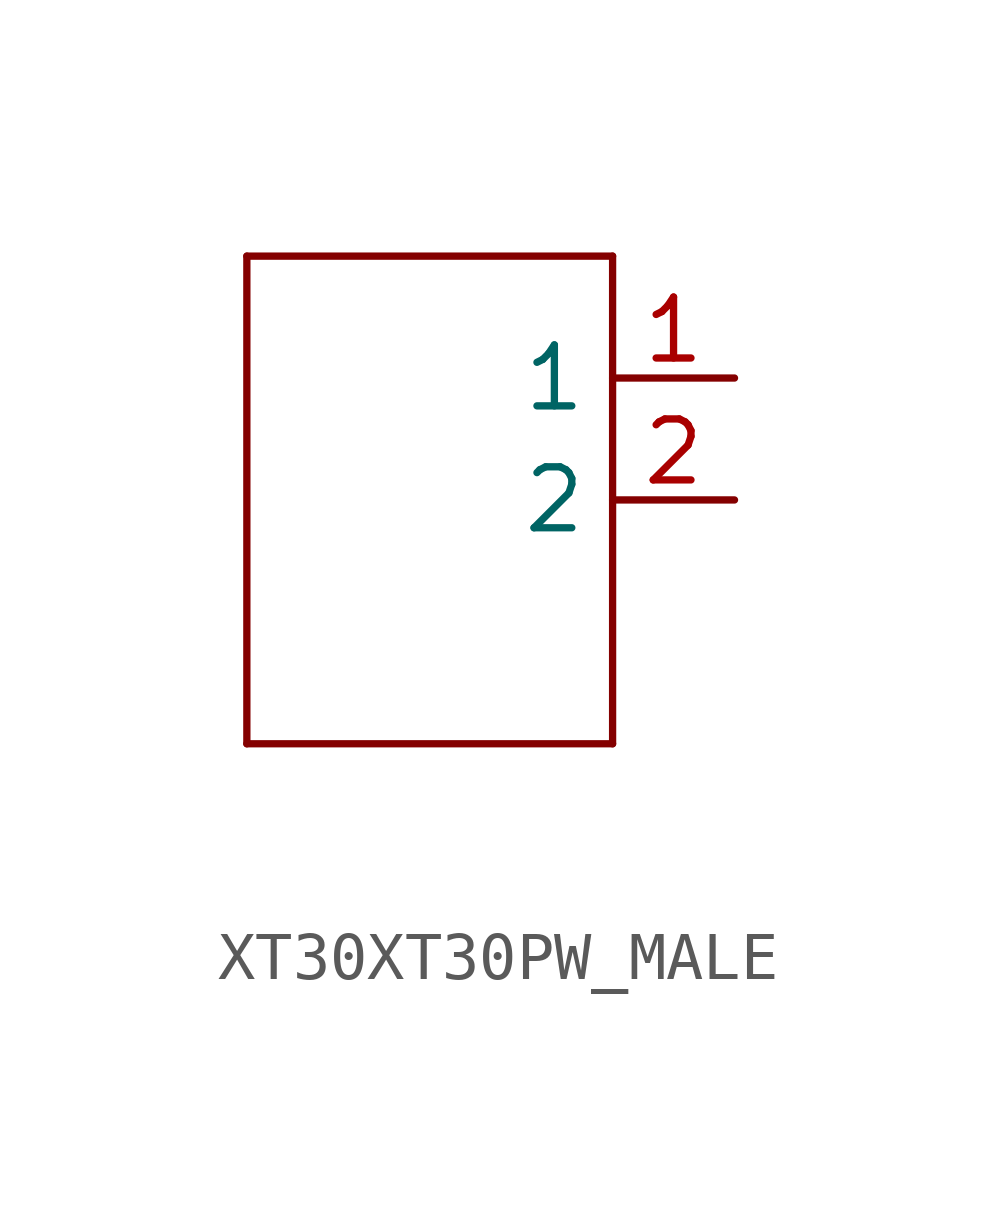
<source format=kicad_sym>
(kicad_symbol_lib
  (version 20231120)
  (generator "kicad_symbol_editor")
  (generator_version "8.0")
  (symbol "XT30XT30PW_MALE"
    (property "Reference" ""
      (at -5.08 5.842 0)
      (effects (font (size 1.778 1.511)) (justify left bottom) (hide yes)))
    (property "Value" ""
      (at -5.08 -7.366 0)
      (effects (font (size 1.778 1.511)) (justify left bottom)))
    (property "ki_locked" ""
      (at 0 0 0)
      (effects (font (size 1.27 1.27))))
    (symbol "XT30XT30PW_MALE_1_0"
      (polyline (pts (xy -5.08 -5.08) (xy 2.54 -5.08)) (stroke (width 0.152) (type solid)) (fill (type none)))
      (polyline (pts (xy -5.08 5.08) (xy -5.08 -5.08)) (stroke (width 0.152) (type solid)) (fill (type none)))
      (polyline (pts (xy 2.54 -5.08) (xy 2.54 5.08)) (stroke (width 0.152) (type solid)) (fill (type none)))
      (polyline (pts (xy 2.54 5.08) (xy -5.08 5.08)) (stroke (width 0.152) (type solid)) (fill (type none)))
      (pin passive line (at 5.08 2.54 180) (length 2.54) (name "1" (effects (font (size 1.27 1.27)))) (number "1" (effects (font (size 1.27 1.27)))))
      (pin passive line (at 5.08 0 180) (length 2.54) (name "2" (effects (font (size 1.27 1.27)))) (number "2" (effects (font (size 1.27 1.27))))))))
</source>
